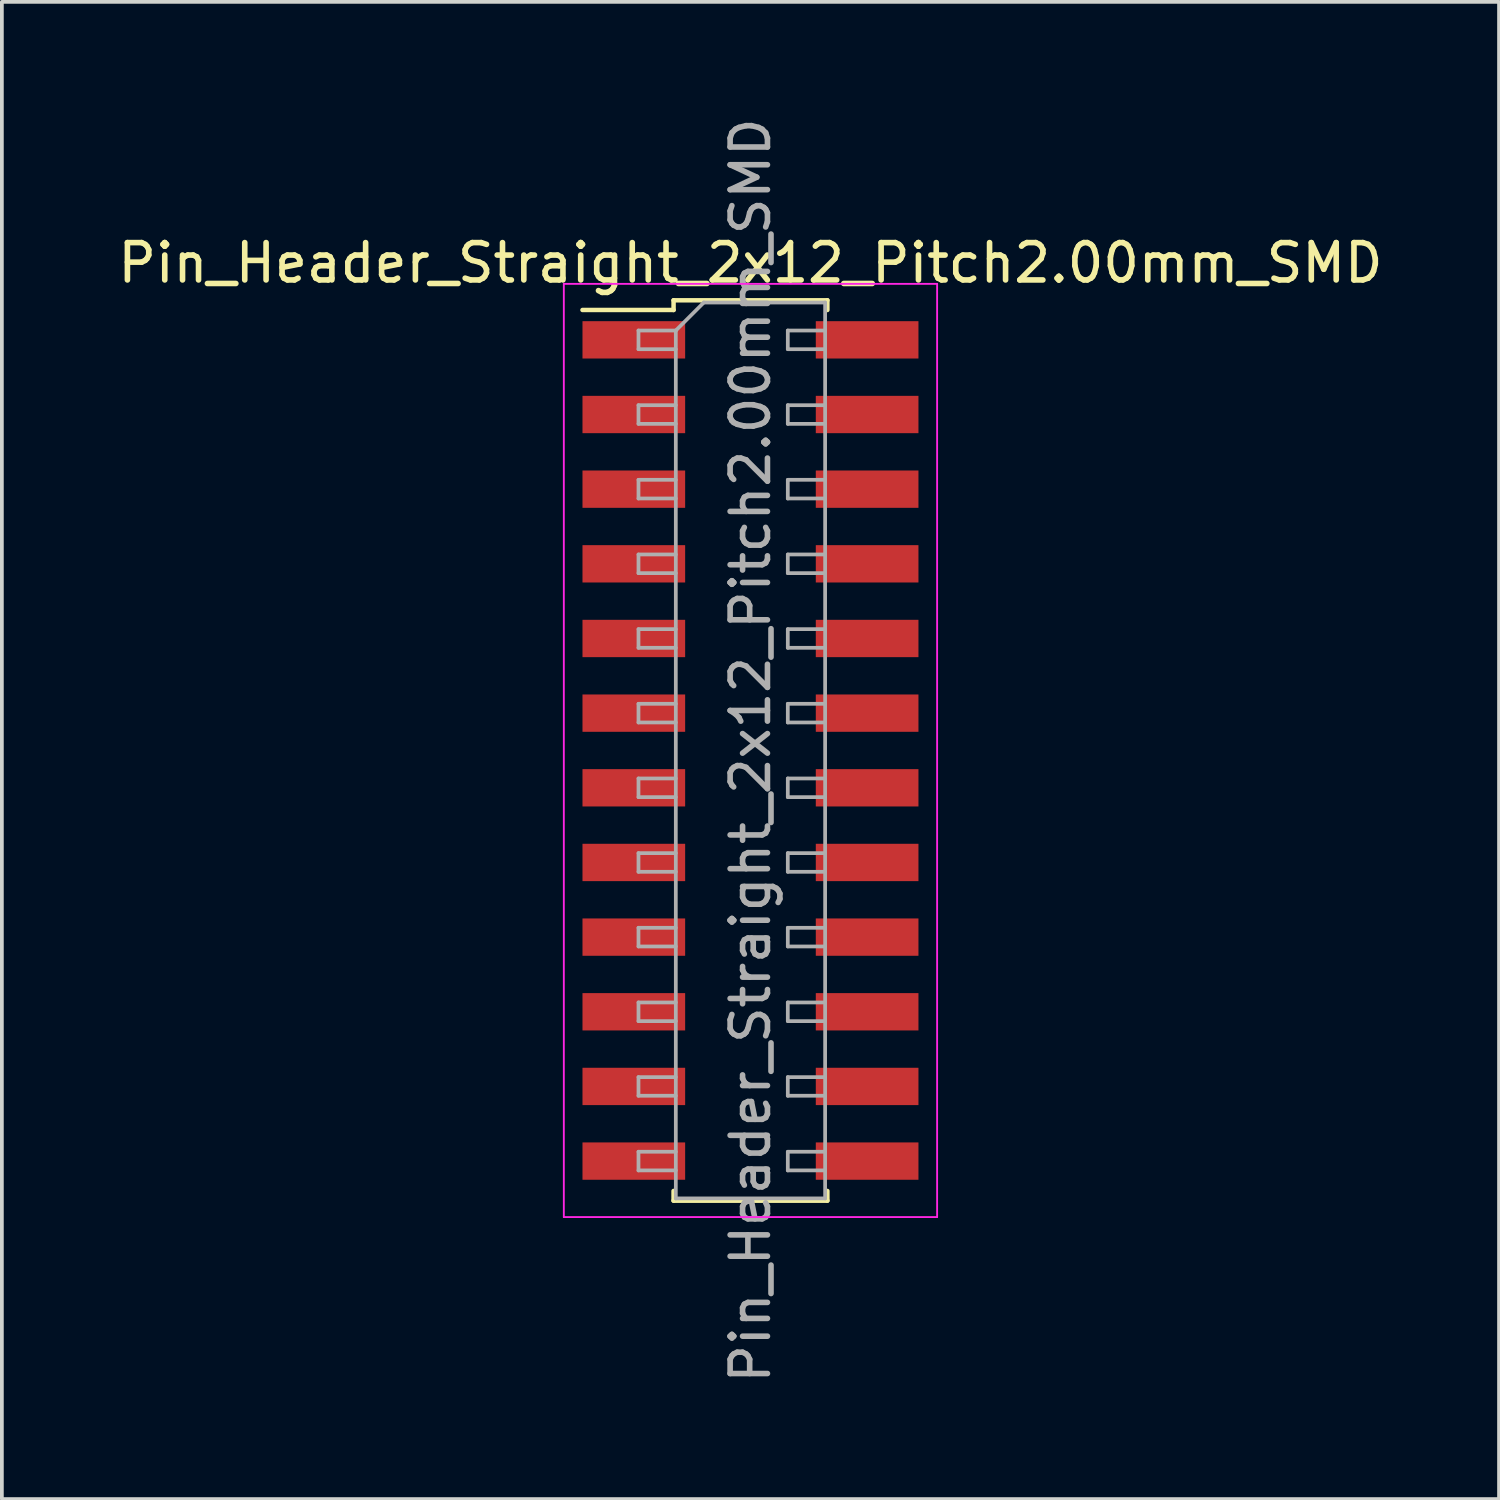
<source format=kicad_pcb>
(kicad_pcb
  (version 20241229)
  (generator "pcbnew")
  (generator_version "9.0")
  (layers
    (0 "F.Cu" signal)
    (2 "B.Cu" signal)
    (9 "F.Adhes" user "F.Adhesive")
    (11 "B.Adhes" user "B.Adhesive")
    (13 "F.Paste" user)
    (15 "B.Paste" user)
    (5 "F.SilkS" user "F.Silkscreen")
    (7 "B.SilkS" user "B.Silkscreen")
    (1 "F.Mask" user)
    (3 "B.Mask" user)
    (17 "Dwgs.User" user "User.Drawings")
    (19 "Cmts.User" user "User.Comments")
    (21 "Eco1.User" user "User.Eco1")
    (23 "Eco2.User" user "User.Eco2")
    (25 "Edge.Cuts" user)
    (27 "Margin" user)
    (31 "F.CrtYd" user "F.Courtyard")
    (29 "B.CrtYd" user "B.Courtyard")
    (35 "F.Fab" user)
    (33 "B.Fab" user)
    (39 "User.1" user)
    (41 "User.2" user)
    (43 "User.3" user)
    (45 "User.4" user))
  (footprint "Pin_Header_Straight_2x12_Pitch2.00mm_SMD"
    (layer "F.Cu")
    (at 17.054 17.054)
    (property "Reference" "Pin_Header_Straight_2x12_Pitch2.00mm_SMD" (at 0 -13.06 0) (layer "F.SilkS") (effects (font (size 1 1) (thickness 0.15))))
    (attr smd)
    (fp_line (start -4.5 -11.8) (end -2.06 -11.8) (stroke (width 0.12) (type solid)) (layer "F.SilkS"))
    (fp_line (start -2.06 -12.06) (end 2.06 -12.06) (stroke (width 0.12) (type solid)) (layer "F.SilkS"))
    (fp_line (start -2.06 -11.8) (end -2.06 -12.06) (stroke (width 0.12) (type solid)) (layer "F.SilkS"))
    (fp_line (start -2.06 11.8) (end -2.06 12.06) (stroke (width 0.12) (type solid)) (layer "F.SilkS"))
    (fp_line (start -2.06 12.06) (end 2.06 12.06) (stroke (width 0.12) (type solid)) (layer "F.SilkS"))
    (fp_line (start 2.06 -12.06) (end 2.06 -11.8) (stroke (width 0.12) (type solid)) (layer "F.SilkS"))
    (fp_line (start 2.06 12.06) (end 2.06 11.8) (stroke (width 0.12) (type solid)) (layer "F.SilkS"))
    (fp_line (start -5 -12.5) (end -5 12.5) (stroke (width 0.05) (type solid)) (layer "F.CrtYd"))
    (fp_line (start -5 12.5) (end 5 12.5) (stroke (width 0.05) (type solid)) (layer "F.CrtYd"))
    (fp_line (start 5 -12.5) (end -5 -12.5) (stroke (width 0.05) (type solid)) (layer "F.CrtYd"))
    (fp_line (start 5 12.5) (end 5 -12.5) (stroke (width 0.05) (type solid)) (layer "F.CrtYd"))
    (fp_line (start -3 -11.25) (end -3 -10.75) (stroke (width 0.1) (type solid)) (layer "F.Fab"))
    (fp_line (start -3 -10.75) (end -2 -10.75) (stroke (width 0.1) (type solid)) (layer "F.Fab"))
    (fp_line (start -3 -9.25) (end -3 -8.75) (stroke (width 0.1) (type solid)) (layer "F.Fab"))
    (fp_line (start -3 -8.75) (end -2 -8.75) (stroke (width 0.1) (type solid)) (layer "F.Fab"))
    (fp_line (start -3 -7.25) (end -3 -6.75) (stroke (width 0.1) (type solid)) (layer "F.Fab"))
    (fp_line (start -3 -6.75) (end -2 -6.75) (stroke (width 0.1) (type solid)) (layer "F.Fab"))
    (fp_line (start -3 -5.25) (end -3 -4.75) (stroke (width 0.1) (type solid)) (layer "F.Fab"))
    (fp_line (start -3 -4.75) (end -2 -4.75) (stroke (width 0.1) (type solid)) (layer "F.Fab"))
    (fp_line (start -3 -3.25) (end -3 -2.75) (stroke (width 0.1) (type solid)) (layer "F.Fab"))
    (fp_line (start -3 -2.75) (end -2 -2.75) (stroke (width 0.1) (type solid)) (layer "F.Fab"))
    (fp_line (start -3 -1.25) (end -3 -0.75) (stroke (width 0.1) (type solid)) (layer "F.Fab"))
    (fp_line (start -3 -0.75) (end -2 -0.75) (stroke (width 0.1) (type solid)) (layer "F.Fab"))
    (fp_line (start -3 0.75) (end -3 1.25) (stroke (width 0.1) (type solid)) (layer "F.Fab"))
    (fp_line (start -3 1.25) (end -2 1.25) (stroke (width 0.1) (type solid)) (layer "F.Fab"))
    (fp_line (start -3 2.75) (end -3 3.25) (stroke (width 0.1) (type solid)) (layer "F.Fab"))
    (fp_line (start -3 3.25) (end -2 3.25) (stroke (width 0.1) (type solid)) (layer "F.Fab"))
    (fp_line (start -3 4.75) (end -3 5.25) (stroke (width 0.1) (type solid)) (layer "F.Fab"))
    (fp_line (start -3 5.25) (end -2 5.25) (stroke (width 0.1) (type solid)) (layer "F.Fab"))
    (fp_line (start -3 6.75) (end -3 7.25) (stroke (width 0.1) (type solid)) (layer "F.Fab"))
    (fp_line (start -3 7.25) (end -2 7.25) (stroke (width 0.1) (type solid)) (layer "F.Fab"))
    (fp_line (start -3 8.75) (end -3 9.25) (stroke (width 0.1) (type solid)) (layer "F.Fab"))
    (fp_line (start -3 9.25) (end -2 9.25) (stroke (width 0.1) (type solid)) (layer "F.Fab"))
    (fp_line (start -3 10.75) (end -3 11.25) (stroke (width 0.1) (type solid)) (layer "F.Fab"))
    (fp_line (start -3 11.25) (end -2 11.25) (stroke (width 0.1) (type solid)) (layer "F.Fab"))
    (fp_line (start -2 -11.25) (end -3 -11.25) (stroke (width 0.1) (type solid)) (layer "F.Fab"))
    (fp_line (start -2 -11.25) (end -1.25 -12) (stroke (width 0.1) (type solid)) (layer "F.Fab"))
    (fp_line (start -2 -9.25) (end -3 -9.25) (stroke (width 0.1) (type solid)) (layer "F.Fab"))
    (fp_line (start -2 -7.25) (end -3 -7.25) (stroke (width 0.1) (type solid)) (layer "F.Fab"))
    (fp_line (start -2 -5.25) (end -3 -5.25) (stroke (width 0.1) (type solid)) (layer "F.Fab"))
    (fp_line (start -2 -3.25) (end -3 -3.25) (stroke (width 0.1) (type solid)) (layer "F.Fab"))
    (fp_line (start -2 -1.25) (end -3 -1.25) (stroke (width 0.1) (type solid)) (layer "F.Fab"))
    (fp_line (start -2 0.75) (end -3 0.75) (stroke (width 0.1) (type solid)) (layer "F.Fab"))
    (fp_line (start -2 2.75) (end -3 2.75) (stroke (width 0.1) (type solid)) (layer "F.Fab"))
    (fp_line (start -2 4.75) (end -3 4.75) (stroke (width 0.1) (type solid)) (layer "F.Fab"))
    (fp_line (start -2 6.75) (end -3 6.75) (stroke (width 0.1) (type solid)) (layer "F.Fab"))
    (fp_line (start -2 8.75) (end -3 8.75) (stroke (width 0.1) (type solid)) (layer "F.Fab"))
    (fp_line (start -2 10.75) (end -3 10.75) (stroke (width 0.1) (type solid)) (layer "F.Fab"))
    (fp_line (start -2 12) (end -2 -11.25) (stroke (width 0.1) (type solid)) (layer "F.Fab"))
    (fp_line (start -1.25 -12) (end 2 -12) (stroke (width 0.1) (type solid)) (layer "F.Fab"))
    (fp_line (start 1 -11.25) (end 1 -10.75) (stroke (width 0.1) (type solid)) (layer "F.Fab"))
    (fp_line (start 1 -10.75) (end 2 -10.75) (stroke (width 0.1) (type solid)) (layer "F.Fab"))
    (fp_line (start 1 -9.25) (end 1 -8.75) (stroke (width 0.1) (type solid)) (layer "F.Fab"))
    (fp_line (start 1 -8.75) (end 2 -8.75) (stroke (width 0.1) (type solid)) (layer "F.Fab"))
    (fp_line (start 1 -7.25) (end 1 -6.75) (stroke (width 0.1) (type solid)) (layer "F.Fab"))
    (fp_line (start 1 -6.75) (end 2 -6.75) (stroke (width 0.1) (type solid)) (layer "F.Fab"))
    (fp_line (start 1 -5.25) (end 1 -4.75) (stroke (width 0.1) (type solid)) (layer "F.Fab"))
    (fp_line (start 1 -4.75) (end 2 -4.75) (stroke (width 0.1) (type solid)) (layer "F.Fab"))
    (fp_line (start 1 -3.25) (end 1 -2.75) (stroke (width 0.1) (type solid)) (layer "F.Fab"))
    (fp_line (start 1 -2.75) (end 2 -2.75) (stroke (width 0.1) (type solid)) (layer "F.Fab"))
    (fp_line (start 1 -1.25) (end 1 -0.75) (stroke (width 0.1) (type solid)) (layer "F.Fab"))
    (fp_line (start 1 -0.75) (end 2 -0.75) (stroke (width 0.1) (type solid)) (layer "F.Fab"))
    (fp_line (start 1 0.75) (end 1 1.25) (stroke (width 0.1) (type solid)) (layer "F.Fab"))
    (fp_line (start 1 1.25) (end 2 1.25) (stroke (width 0.1) (type solid)) (layer "F.Fab"))
    (fp_line (start 1 2.75) (end 1 3.25) (stroke (width 0.1) (type solid)) (layer "F.Fab"))
    (fp_line (start 1 3.25) (end 2 3.25) (stroke (width 0.1) (type solid)) (layer "F.Fab"))
    (fp_line (start 1 4.75) (end 1 5.25) (stroke (width 0.1) (type solid)) (layer "F.Fab"))
    (fp_line (start 1 5.25) (end 2 5.25) (stroke (width 0.1) (type solid)) (layer "F.Fab"))
    (fp_line (start 1 6.75) (end 1 7.25) (stroke (width 0.1) (type solid)) (layer "F.Fab"))
    (fp_line (start 1 7.25) (end 2 7.25) (stroke (width 0.1) (type solid)) (layer "F.Fab"))
    (fp_line (start 1 8.75) (end 1 9.25) (stroke (width 0.1) (type solid)) (layer "F.Fab"))
    (fp_line (start 1 9.25) (end 2 9.25) (stroke (width 0.1) (type solid)) (layer "F.Fab"))
    (fp_line (start 1 10.75) (end 1 11.25) (stroke (width 0.1) (type solid)) (layer "F.Fab"))
    (fp_line (start 1 11.25) (end 2 11.25) (stroke (width 0.1) (type solid)) (layer "F.Fab"))
    (fp_line (start 2 -12) (end 2 12) (stroke (width 0.1) (type solid)) (layer "F.Fab"))
    (fp_line (start 2 -11.25) (end 1 -11.25) (stroke (width 0.1) (type solid)) (layer "F.Fab"))
    (fp_line (start 2 -9.25) (end 1 -9.25) (stroke (width 0.1) (type solid)) (layer "F.Fab"))
    (fp_line (start 2 -7.25) (end 1 -7.25) (stroke (width 0.1) (type solid)) (layer "F.Fab"))
    (fp_line (start 2 -5.25) (end 1 -5.25) (stroke (width 0.1) (type solid)) (layer "F.Fab"))
    (fp_line (start 2 -3.25) (end 1 -3.25) (stroke (width 0.1) (type solid)) (layer "F.Fab"))
    (fp_line (start 2 -1.25) (end 1 -1.25) (stroke (width 0.1) (type solid)) (layer "F.Fab"))
    (fp_line (start 2 0.75) (end 1 0.75) (stroke (width 0.1) (type solid)) (layer "F.Fab"))
    (fp_line (start 2 2.75) (end 1 2.75) (stroke (width 0.1) (type solid)) (layer "F.Fab"))
    (fp_line (start 2 4.75) (end 1 4.75) (stroke (width 0.1) (type solid)) (layer "F.Fab"))
    (fp_line (start 2 6.75) (end 1 6.75) (stroke (width 0.1) (type solid)) (layer "F.Fab"))
    (fp_line (start 2 8.75) (end 1 8.75) (stroke (width 0.1) (type solid)) (layer "F.Fab"))
    (fp_line (start 2 10.75) (end 1 10.75) (stroke (width 0.1) (type solid)) (layer "F.Fab"))
    (fp_line (start 2 12) (end -2 12) (stroke (width 0.1) (type solid)) (layer "F.Fab"))
    (fp_text user "${REFERENCE}" (at 0 0 90) (layer "F.Fab") (effects (font (size 1 1) (thickness 0.15))))
    (pad "1" smd rect (at -3.125 -11) (size 2.75 1) (layers "F.Cu" "F.Mask" "F.Paste"))
    (pad "2" smd rect (at 3.125 -11) (size 2.75 1) (layers "F.Cu" "F.Mask" "F.Paste"))
    (pad "3" smd rect (at -3.125 -9) (size 2.75 1) (layers "F.Cu" "F.Mask" "F.Paste"))
    (pad "4" smd rect (at 3.125 -9) (size 2.75 1) (layers "F.Cu" "F.Mask" "F.Paste"))
    (pad "5" smd rect (at -3.125 -7) (size 2.75 1) (layers "F.Cu" "F.Mask" "F.Paste"))
    (pad "6" smd rect (at 3.125 -7) (size 2.75 1) (layers "F.Cu" "F.Mask" "F.Paste"))
    (pad "7" smd rect (at -3.125 -5) (size 2.75 1) (layers "F.Cu" "F.Mask" "F.Paste"))
    (pad "8" smd rect (at 3.125 -5) (size 2.75 1) (layers "F.Cu" "F.Mask" "F.Paste"))
    (pad "9" smd rect (at -3.125 -3) (size 2.75 1) (layers "F.Cu" "F.Mask" "F.Paste"))
    (pad "10" smd rect (at 3.125 -3) (size 2.75 1) (layers "F.Cu" "F.Mask" "F.Paste"))
    (pad "11" smd rect (at -3.125 -1) (size 2.75 1) (layers "F.Cu" "F.Mask" "F.Paste"))
    (pad "12" smd rect (at 3.125 -1) (size 2.75 1) (layers "F.Cu" "F.Mask" "F.Paste"))
    (pad "13" smd rect (at -3.125 1) (size 2.75 1) (layers "F.Cu" "F.Mask" "F.Paste"))
    (pad "14" smd rect (at 3.125 1) (size 2.75 1) (layers "F.Cu" "F.Mask" "F.Paste"))
    (pad "15" smd rect (at -3.125 3) (size 2.75 1) (layers "F.Cu" "F.Mask" "F.Paste"))
    (pad "16" smd rect (at 3.125 3) (size 2.75 1) (layers "F.Cu" "F.Mask" "F.Paste"))
    (pad "17" smd rect (at -3.125 5) (size 2.75 1) (layers "F.Cu" "F.Mask" "F.Paste"))
    (pad "18" smd rect (at 3.125 5) (size 2.75 1) (layers "F.Cu" "F.Mask" "F.Paste"))
    (pad "19" smd rect (at -3.125 7) (size 2.75 1) (layers "F.Cu" "F.Mask" "F.Paste"))
    (pad "20" smd rect (at 3.125 7) (size 2.75 1) (layers "F.Cu" "F.Mask" "F.Paste"))
    (pad "21" smd rect (at -3.125 9) (size 2.75 1) (layers "F.Cu" "F.Mask" "F.Paste"))
    (pad "22" smd rect (at 3.125 9) (size 2.75 1) (layers "F.Cu" "F.Mask" "F.Paste"))
    (pad "23" smd rect (at -3.125 11) (size 2.75 1) (layers "F.Cu" "F.Mask" "F.Paste"))
    (pad "24" smd rect (at 3.125 11) (size 2.75 1) (layers "F.Cu" "F.Mask" "F.Paste")))
  (gr_rect
    (start -3 -3)
    (end 37.107 37.107)
    (stroke (width 0.1) (type default))
    (fill no)
    (layer "Edge.Cuts")))
</source>
